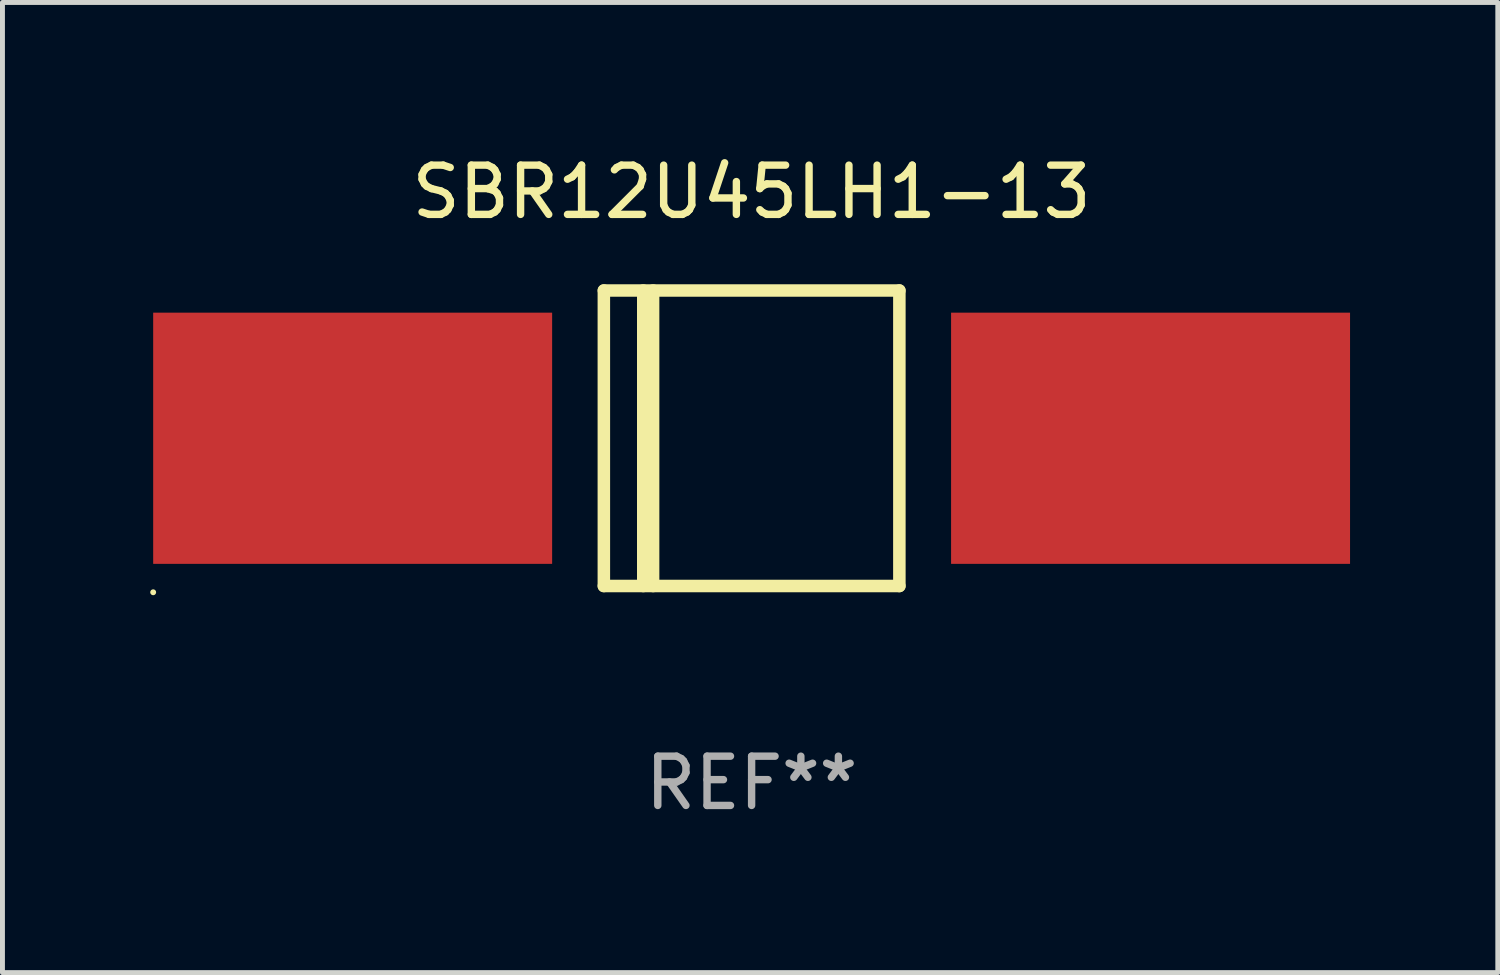
<source format=kicad_pcb>
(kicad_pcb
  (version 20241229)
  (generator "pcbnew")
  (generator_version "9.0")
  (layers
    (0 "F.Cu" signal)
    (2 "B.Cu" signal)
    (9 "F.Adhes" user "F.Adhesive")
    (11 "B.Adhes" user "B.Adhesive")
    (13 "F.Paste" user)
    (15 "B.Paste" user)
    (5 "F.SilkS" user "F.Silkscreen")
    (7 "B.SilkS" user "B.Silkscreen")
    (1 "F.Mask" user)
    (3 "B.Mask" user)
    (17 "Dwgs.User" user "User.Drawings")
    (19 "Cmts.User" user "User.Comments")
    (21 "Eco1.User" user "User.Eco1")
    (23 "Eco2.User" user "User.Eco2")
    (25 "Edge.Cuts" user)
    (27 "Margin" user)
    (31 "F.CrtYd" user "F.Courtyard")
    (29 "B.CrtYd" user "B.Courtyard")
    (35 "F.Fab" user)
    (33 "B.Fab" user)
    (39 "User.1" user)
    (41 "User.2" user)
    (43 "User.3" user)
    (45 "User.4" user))
  (footprint "SBR12U45LH1-13"
    (layer "F.Cu")
    (at 12.21 5.848)
    (property "Reference" "SBR12U45LH1-13" (at 0 -5 0) (layer "F.SilkS") (effects (font (size 1 1) (thickness 0.15))))
    (attr through_hole)
    (fp_line (start -3 -3) (end 3 -3) (stroke (width 0.254) (type solid)) (layer "F.SilkS"))
    (fp_line (start -3 3) (end -3 -3) (stroke (width 0.254) (type solid)) (layer "F.SilkS"))
    (fp_line (start -2.2 3) (end -2.2 -3) (stroke (width 0.254) (type solid)) (layer "F.SilkS"))
    (fp_line (start -2 3) (end -2 -3) (stroke (width 0.254) (type solid)) (layer "F.SilkS"))
    (fp_line (start 3 -3) (end 3 3) (stroke (width 0.254) (type solid)) (layer "F.SilkS"))
    (fp_line (start 3 3) (end -3 3) (stroke (width 0.254) (type solid)) (layer "F.SilkS"))
    (fp_circle (center -12.15 3.127) (end -12.12 3.127) (stroke (width 0.06) (type solid)) (fill no) (layer "F.SilkS"))
    (fp_text user "REF**" (at 0 7 0) (layer "F.Fab") (effects (font (size 1 1) (thickness 0.15))))
    (pad "1" smd rect (at -8.1 0 180) (size 8.1 5.1) (layers "F.Cu" "F.Mask" "F.Paste"))
    (pad "2" smd rect (at 8.1 0 180) (size 8.1 5.1) (layers "F.Cu" "F.Mask" "F.Paste")))
  (gr_rect
    (start -3 -3)
    (end 27.36 16.697)
    (stroke (width 0.1) (type default))
    (fill no)
    (layer "Edge.Cuts")))
</source>
